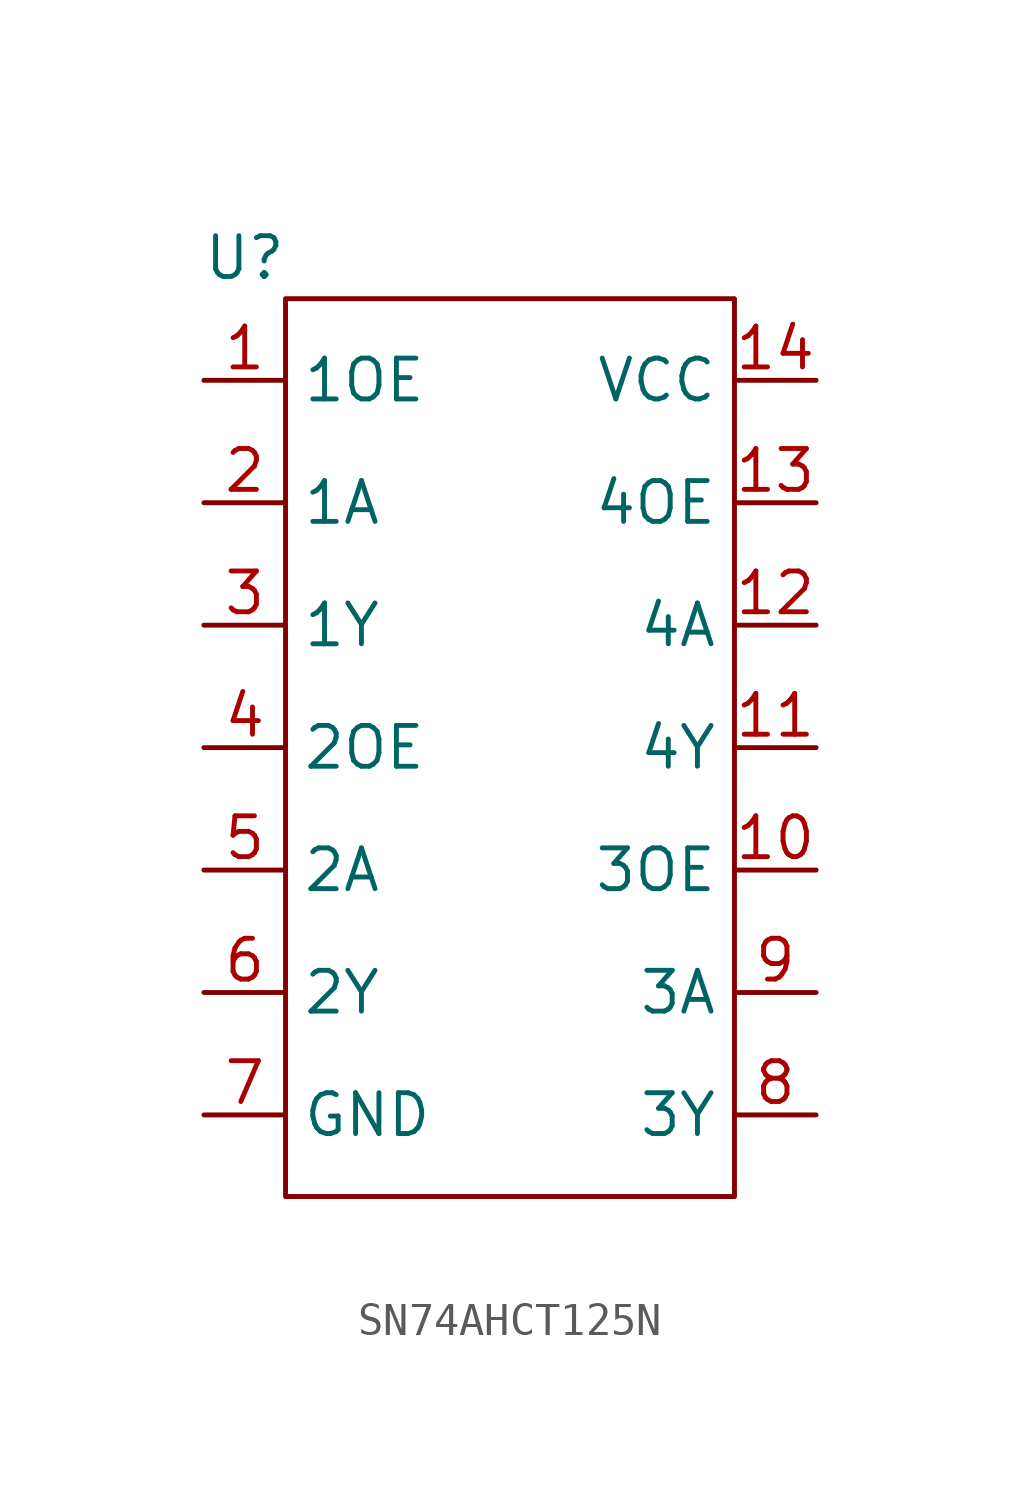
<source format=kicad_sym>
(kicad_symbol_lib
  (version 20241209)
  (generator "kicad_symbol_editor")
  (generator_version "9.0")
  (symbol "SN74AHCT125N"
    (property "Reference" "U"
      (at 0 0 0)
      (effects (font (size 1.27 1.27))))
    (property "Value" ""
      (at 0 0 0)
      (effects (font (size 1.27 1.27))))
    (symbol "SN74AHCT125N_0_1"
      (rectangle (start 1.27 -1.27) (end 15.24 -29.21) (stroke (width 0) (type default)) (fill (type none))))
    (symbol "SN74AHCT125N_1_1"
      (pin input line (at -1.27 -3.81 0) (length 2.54) (name "1OE" (effects (font (size 1.27 1.27)))) (number "1" (effects (font (size 1.27 1.27)))))
      (pin input line (at -1.27 -7.62 0) (length 2.54) (name "1A" (effects (font (size 1.27 1.27)))) (number "2" (effects (font (size 1.27 1.27)))))
      (pin output line (at -1.27 -11.43 0) (length 2.54) (name "1Y" (effects (font (size 1.27 1.27)))) (number "3" (effects (font (size 1.27 1.27)))))
      (pin input line (at -1.27 -15.24 0) (length 2.54) (name "2OE" (effects (font (size 1.27 1.27)))) (number "4" (effects (font (size 1.27 1.27)))))
      (pin input line (at -1.27 -19.05 0) (length 2.54) (name "2A" (effects (font (size 1.27 1.27)))) (number "5" (effects (font (size 1.27 1.27)))))
      (pin output line (at -1.27 -22.86 0) (length 2.54) (name "2Y" (effects (font (size 1.27 1.27)))) (number "6" (effects (font (size 1.27 1.27)))))
      (pin output line (at -1.27 -26.67 0) (length 2.54) (name "GND" (effects (font (size 1.27 1.27)))) (number "7" (effects (font (size 1.27 1.27)))))
      (pin power_in line (at 17.78 -3.81 180) (length 2.54) (name "VCC" (effects (font (size 1.27 1.27)))) (number "14" (effects (font (size 1.27 1.27)))))
      (pin input line (at 17.78 -7.62 180) (length 2.54) (name "4OE" (effects (font (size 1.27 1.27)))) (number "13" (effects (font (size 1.27 1.27)))))
      (pin input line (at 17.78 -11.43 180) (length 2.54) (name "4A" (effects (font (size 1.27 1.27)))) (number "12" (effects (font (size 1.27 1.27)))))
      (pin output line (at 17.78 -15.24 180) (length 2.54) (name "4Y" (effects (font (size 1.27 1.27)))) (number "11" (effects (font (size 1.27 1.27)))))
      (pin input line (at 17.78 -19.05 180) (length 2.54) (name "3OE" (effects (font (size 1.27 1.27)))) (number "10" (effects (font (size 1.27 1.27)))))
      (pin input line (at 17.78 -22.86 180) (length 2.54) (name "3A" (effects (font (size 1.27 1.27)))) (number "9" (effects (font (size 1.27 1.27)))))
      (pin output line (at 17.78 -26.67 180) (length 2.54) (name "3Y" (effects (font (size 1.27 1.27)))) (number "8" (effects (font (size 1.27 1.27))))))))
</source>
